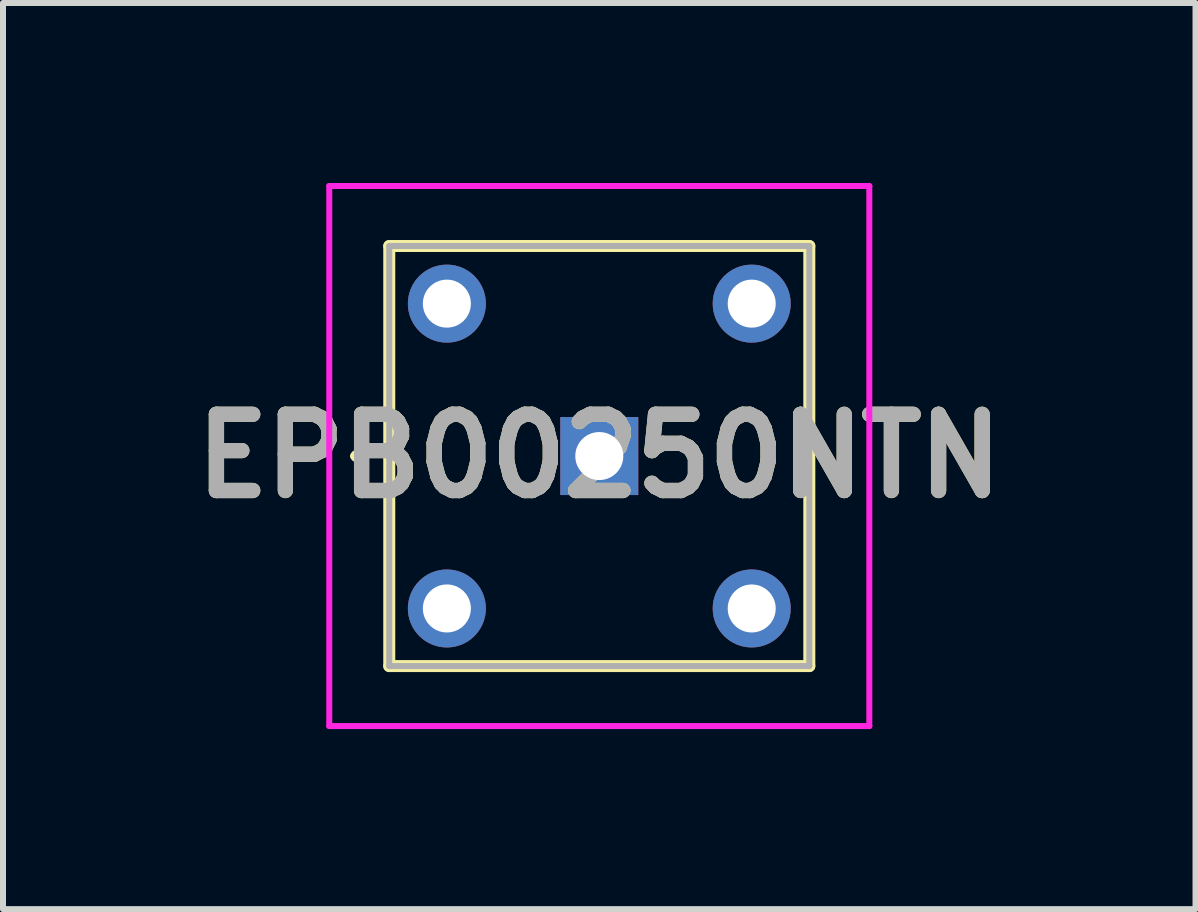
<source format=kicad_pcb>
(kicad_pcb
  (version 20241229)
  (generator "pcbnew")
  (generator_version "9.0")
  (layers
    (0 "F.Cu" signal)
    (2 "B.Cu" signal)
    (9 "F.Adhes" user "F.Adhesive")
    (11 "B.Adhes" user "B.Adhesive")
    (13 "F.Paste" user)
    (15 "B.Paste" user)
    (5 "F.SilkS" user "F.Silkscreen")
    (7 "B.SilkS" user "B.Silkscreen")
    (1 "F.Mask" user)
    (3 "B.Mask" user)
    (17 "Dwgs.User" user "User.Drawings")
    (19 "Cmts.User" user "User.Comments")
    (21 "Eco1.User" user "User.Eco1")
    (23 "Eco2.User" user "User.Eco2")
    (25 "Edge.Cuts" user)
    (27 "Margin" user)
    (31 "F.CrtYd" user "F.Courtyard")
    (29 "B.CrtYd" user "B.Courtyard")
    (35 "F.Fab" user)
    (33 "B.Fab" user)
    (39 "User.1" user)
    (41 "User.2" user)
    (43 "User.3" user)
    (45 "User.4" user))
  (footprint "EPB00250NTN"
    (layer "F.Cu")
    (at 6.937 4.55)
    (property "Reference" "EPB00250NTN" (at 0 0 0) (layer "F.SilkS") (effects (font (size 1.27 1.27) (thickness 0.254))))
    (attr through_hole)
    (fp_line (start -4.1 0) (end -4.1 0) (stroke (width 0.1) (type solid)) (layer "F.SilkS"))
    (fp_line (start -4 0) (end -4 0) (stroke (width 0.1) (type solid)) (layer "F.SilkS"))
    (fp_line (start -3.5 -3.5) (end 3.5 -3.5) (stroke (width 0.2) (type solid)) (layer "F.SilkS"))
    (fp_line (start -3.5 3.5) (end -3.5 -3.5) (stroke (width 0.2) (type solid)) (layer "F.SilkS"))
    (fp_line (start 3.5 -3.5) (end 3.5 3.5) (stroke (width 0.2) (type solid)) (layer "F.SilkS"))
    (fp_line (start 3.5 3.5) (end -3.5 3.5) (stroke (width 0.2) (type solid)) (layer "F.SilkS"))
    (fp_arc (start -4.1 0) (mid -4.05 -0.05) (end -4 0) (stroke (width 0.1) (type solid)) (layer "F.SilkS"))
    (fp_arc (start -4 0) (mid -4.05 0.05) (end -4.1 0) (stroke (width 0.1) (type solid)) (layer "F.SilkS"))
    (fp_line (start -4.5 -4.5) (end 4.5 -4.5) (stroke (width 0.1) (type solid)) (layer "F.CrtYd"))
    (fp_line (start -4.5 4.5) (end -4.5 -4.5) (stroke (width 0.1) (type solid)) (layer "F.CrtYd"))
    (fp_line (start 4.5 -4.5) (end 4.5 4.5) (stroke (width 0.1) (type solid)) (layer "F.CrtYd"))
    (fp_line (start 4.5 4.5) (end -4.5 4.5) (stroke (width 0.1) (type solid)) (layer "F.CrtYd"))
    (fp_line (start -3.5 -3.5) (end 3.5 -3.5) (stroke (width 0.1) (type solid)) (layer "F.Fab"))
    (fp_line (start -3.5 3.5) (end -3.5 -3.5) (stroke (width 0.1) (type solid)) (layer "F.Fab"))
    (fp_line (start 3.5 -3.5) (end 3.5 3.5) (stroke (width 0.1) (type solid)) (layer "F.Fab"))
    (fp_line (start 3.5 3.5) (end -3.5 3.5) (stroke (width 0.1) (type solid)) (layer "F.Fab"))
    (fp_text user "${REFERENCE}" (at 0 0 0) (layer "F.Fab") (effects (font (size 1.27 1.27) (thickness 0.254))))
    (pad "1" thru_hole rect (at 0 0) (size 1.3 1.3) (drill 0.8) (layers "*.Cu" "*.Mask"))
    (pad "2" thru_hole circle (at -2.54 2.54) (size 1.3 1.3) (drill 0.8) (layers "*.Cu" "*.Mask"))
    (pad "3" thru_hole circle (at 2.54 2.54) (size 1.3 1.3) (drill 0.8) (layers "*.Cu" "*.Mask"))
    (pad "4" thru_hole circle (at 2.54 -2.54) (size 1.3 1.3) (drill 0.8) (layers "*.Cu" "*.Mask"))
    (pad "5" thru_hole circle (at -2.54 -2.54) (size 1.3 1.3) (drill 0.8) (layers "*.Cu" "*.Mask")))
  (gr_rect
    (start -3 -3)
    (end 16.873 12.1)
    (stroke (width 0.1) (type default))
    (fill no)
    (layer "Edge.Cuts")))
</source>
